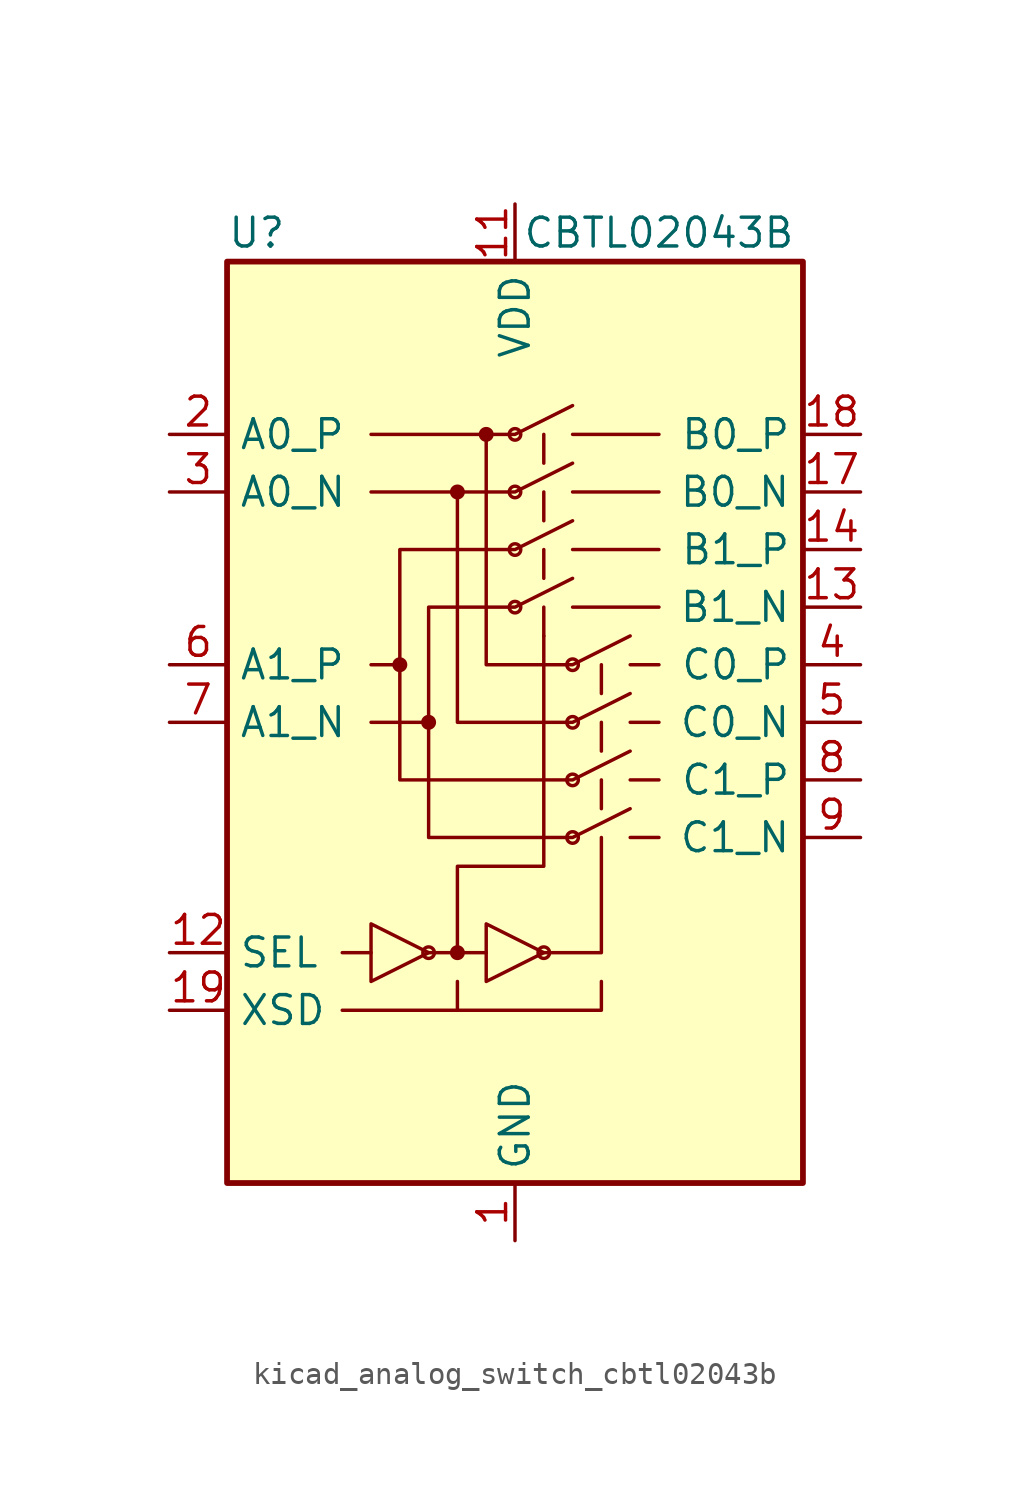
<source format=kicad_sym>
(kicad_symbol_lib
  (version 20220914)
  (generator kicad_symbol_editor)
  (symbol "kicad_analog_switch_cbtl02043b"
    (property "Reference" "U"
      (at -12.7 21.59 0)
      (effects (font (size 1.27 1.27)) (justify left)))
    (property "Value" "CBTL02043B"
      (at 6.35 21.59 0)
      (effects (font (size 1.27 1.27))))
    (symbol "kicad_analog_switch_cbtl02043b_0_1"
      (rectangle (start -12.7 20.32) (end 12.7 -20.32) (stroke (width 0.254) (type default)) (fill (type background)))
      (circle (center -5.08 2.54) (radius 0.254) (stroke (width 0) (type default)) (fill (type outline)))
      (circle (center -3.81 0) (radius 0.254) (stroke (width 0) (type default)) (fill (type outline)))
      (circle (center -2.54 10.16) (radius 0.254) (stroke (width 0) (type default)) (fill (type outline)))
      (circle (center -1.27 12.7) (radius 0.254) (stroke (width 0) (type default)) (fill (type outline)))
      (polyline (pts (xy -7.62 -10.16) (xy -6.35 -10.16)) (stroke (width 0) (type default)) (fill (type none)))
      (polyline (pts (xy -2.54 -12.7) (xy -2.54 -11.43)) (stroke (width 0) (type default)) (fill (type none)))
      (polyline (pts (xy -7.62 -12.7) (xy 3.81 -12.7) (xy 3.81 -11.43)) (stroke (width 0) (type default)) (fill (type none)))
      (polyline (pts (xy 1.27 -10.16) (xy -1.27 -8.89) (xy -1.27 -11.43) (xy 1.27 -10.16)) (stroke (width 0) (type default)) (fill (type none)))
      (polyline (pts (xy 5.08 -3.81) (xy 2.54 -5.08) (xy -3.81 -5.08) (xy -3.81 0)) (stroke (width 0) (type default)) (fill (type none)))
      (polyline (pts (xy 5.08 -1.27) (xy 2.54 -2.54) (xy -5.08 -2.54) (xy -5.08 2.54)) (stroke (width 0) (type default)) (fill (type none)))
      (polyline (pts (xy 5.08 1.27) (xy 2.54 0) (xy -2.54 0) (xy -2.54 10.16)) (stroke (width 0) (type default)) (fill (type none)))
      (polyline (pts (xy 5.08 3.81) (xy 2.54 2.54) (xy -1.27 2.54) (xy -1.27 12.7)) (stroke (width 0) (type default)) (fill (type none))))
    (symbol "kicad_analog_switch_cbtl02043b_1_1"
      (circle (center -3.81 -10.16) (radius 0.254) (stroke (width 0) (type default)) (fill (type none)))
      (circle (center -2.54 -10.16) (radius 0.254) (stroke (width 0) (type default)) (fill (type outline)))
      (polyline (pts (xy -2.54 -10.16) (xy -1.27 -10.16)) (stroke (width 0) (type default)) (fill (type none)))
      (polyline (pts (xy 1.27 5.08) (xy 1.27 3.81)) (stroke (width 0) (type default)) (fill (type none)))
      (polyline (pts (xy 1.27 7.62) (xy 1.27 6.35)) (stroke (width 0) (type default)) (fill (type none)))
      (polyline (pts (xy 1.27 10.16) (xy 1.27 8.89)) (stroke (width 0) (type default)) (fill (type none)))
      (polyline (pts (xy 1.27 12.7) (xy 1.27 11.43)) (stroke (width 0) (type default)) (fill (type none)))
      (polyline (pts (xy 3.81 -3.81) (xy 3.81 -2.54)) (stroke (width 0) (type default)) (fill (type none)))
      (polyline (pts (xy 3.81 -1.27) (xy 3.81 0)) (stroke (width 0) (type default)) (fill (type none)))
      (polyline (pts (xy 3.81 1.27) (xy 3.81 2.54)) (stroke (width 0) (type default)) (fill (type none)))
      (polyline (pts (xy 6.35 -5.08) (xy 5.08 -5.08)) (stroke (width 0) (type default)) (fill (type none)))
      (polyline (pts (xy 6.35 -2.54) (xy 5.08 -2.54)) (stroke (width 0) (type default)) (fill (type none)))
      (polyline (pts (xy 6.35 0) (xy 5.08 0)) (stroke (width 0) (type default)) (fill (type none)))
      (polyline (pts (xy 6.35 2.54) (xy 5.08 2.54)) (stroke (width 0) (type default)) (fill (type none)))
      (polyline (pts (xy 6.35 5.08) (xy 2.54 5.08)) (stroke (width 0) (type default)) (fill (type none)))
      (polyline (pts (xy 6.35 7.62) (xy 2.54 7.62)) (stroke (width 0) (type default)) (fill (type none)))
      (polyline (pts (xy 6.35 10.16) (xy 2.54 10.16)) (stroke (width 0) (type default)) (fill (type none)))
      (polyline (pts (xy 6.35 12.7) (xy 2.54 12.7)) (stroke (width 0) (type default)) (fill (type none)))
      (polyline (pts (xy -6.35 10.16) (xy 0 10.16) (xy 2.54 11.43)) (stroke (width 0) (type default)) (fill (type none)))
      (polyline (pts (xy -6.35 12.7) (xy 0 12.7) (xy 2.54 13.97)) (stroke (width 0) (type default)) (fill (type none)))
      (polyline (pts (xy 1.27 -10.16) (xy 3.81 -10.16) (xy 3.81 -5.08)) (stroke (width 0) (type default)) (fill (type none)))
      (polyline (pts (xy -3.81 -10.16) (xy -6.35 -8.89) (xy -6.35 -11.43) (xy -3.81 -10.16)) (stroke (width 0) (type default)) (fill (type none)))
      (polyline (pts (xy -6.35 0) (xy -3.81 0) (xy -3.81 5.08) (xy 0 5.08) (xy 2.54 6.35)) (stroke (width 0) (type default)) (fill (type none)))
      (polyline (pts (xy -6.35 2.54) (xy -5.08 2.54) (xy -5.08 7.62) (xy 0 7.62) (xy 2.54 8.89)) (stroke (width 0) (type default)) (fill (type none)))
      (polyline (pts (xy 1.27 3.81) (xy 1.27 -6.35) (xy -2.54 -6.35) (xy -2.54 -10.16) (xy -3.81 -10.16)) (stroke (width 0) (type default)) (fill (type none)))
      (circle (center 0 5.08) (radius 0.254) (stroke (width 0) (type default)) (fill (type none)))
      (circle (center 0 7.62) (radius 0.254) (stroke (width 0) (type default)) (fill (type none)))
      (circle (center 0 10.16) (radius 0.254) (stroke (width 0) (type default)) (fill (type none)))
      (circle (center 0 12.7) (radius 0.254) (stroke (width 0) (type default)) (fill (type none)))
      (circle (center 1.27 -10.16) (radius 0.254) (stroke (width 0) (type default)) (fill (type none)))
      (circle (center 2.54 -5.08) (radius 0.254) (stroke (width 0) (type default)) (fill (type none)))
      (circle (center 2.54 -2.54) (radius 0.254) (stroke (width 0) (type default)) (fill (type none)))
      (circle (center 2.54 0) (radius 0.254) (stroke (width 0) (type default)) (fill (type none)))
      (circle (center 2.54 2.54) (radius 0.254) (stroke (width 0) (type default)) (fill (type none)))
      (pin power_in line (at 0 -22.86 90) (length 2.54) (name "GND" (effects (font (size 1.27 1.27)))) (number "1" (effects (font (size 1.27 1.27)))))
      (pin passive line (at 0 -22.86 90) (length 2.54) hide (name "GND" (effects (font (size 1.27 1.27)))) (number "10" (effects (font (size 1.27 1.27)))))
      (pin power_in line (at 0 22.86 270) (length 2.54) (name "VDD" (effects (font (size 1.27 1.27)))) (number "11" (effects (font (size 1.27 1.27)))))
      (pin input line (at -15.24 -10.16 0) (length 2.54) (name "SEL" (effects (font (size 1.27 1.27)))) (number "12" (effects (font (size 1.27 1.27)))))
      (pin passive line (at 15.24 5.08 180) (length 2.54) (name "B1_N" (effects (font (size 1.27 1.27)))) (number "13" (effects (font (size 1.27 1.27)))))
      (pin passive line (at 15.24 7.62 180) (length 2.54) (name "B1_P" (effects (font (size 1.27 1.27)))) (number "14" (effects (font (size 1.27 1.27)))))
      (pin passive line (at 0 -22.86 90) (length 2.54) hide (name "GND" (effects (font (size 1.27 1.27)))) (number "15" (effects (font (size 1.27 1.27)))))
      (pin passive line (at 0 22.86 270) (length 2.54) hide (name "VDD" (effects (font (size 1.27 1.27)))) (number "16" (effects (font (size 1.27 1.27)))))
      (pin passive line (at 15.24 10.16 180) (length 2.54) (name "B0_N" (effects (font (size 1.27 1.27)))) (number "17" (effects (font (size 1.27 1.27)))))
      (pin passive line (at 15.24 12.7 180) (length 2.54) (name "B0_P" (effects (font (size 1.27 1.27)))) (number "18" (effects (font (size 1.27 1.27)))))
      (pin input line (at -15.24 -12.7 0) (length 2.54) (name "XSD" (effects (font (size 1.27 1.27)))) (number "19" (effects (font (size 1.27 1.27)))))
      (pin passive line (at -15.24 12.7 0) (length 2.54) (name "A0_P" (effects (font (size 1.27 1.27)))) (number "2" (effects (font (size 1.27 1.27)))))
      (pin passive line (at 0 22.86 270) (length 2.54) hide (name "VDD" (effects (font (size 1.27 1.27)))) (number "20" (effects (font (size 1.27 1.27)))))
      (pin passive line (at 0 -22.86 90) (length 2.54) hide (name "GND" (effects (font (size 1.27 1.27)))) (number "21" (effects (font (size 1.27 1.27)))))
      (pin passive line (at -15.24 10.16 0) (length 2.54) (name "A0_N" (effects (font (size 1.27 1.27)))) (number "3" (effects (font (size 1.27 1.27)))))
      (pin passive line (at 15.24 2.54 180) (length 2.54) (name "C0_P" (effects (font (size 1.27 1.27)))) (number "4" (effects (font (size 1.27 1.27)))))
      (pin passive line (at 15.24 0 180) (length 2.54) (name "C0_N" (effects (font (size 1.27 1.27)))) (number "5" (effects (font (size 1.27 1.27)))))
      (pin passive line (at -15.24 2.54 0) (length 2.54) (name "A1_P" (effects (font (size 1.27 1.27)))) (number "6" (effects (font (size 1.27 1.27)))))
      (pin passive line (at -15.24 0 0) (length 2.54) (name "A1_N" (effects (font (size 1.27 1.27)))) (number "7" (effects (font (size 1.27 1.27)))))
      (pin passive line (at 15.24 -2.54 180) (length 2.54) (name "C1_P" (effects (font (size 1.27 1.27)))) (number "8" (effects (font (size 1.27 1.27)))))
      (pin passive line (at 15.24 -5.08 180) (length 2.54) (name "C1_N" (effects (font (size 1.27 1.27)))) (number "9" (effects (font (size 1.27 1.27))))))))
</source>
